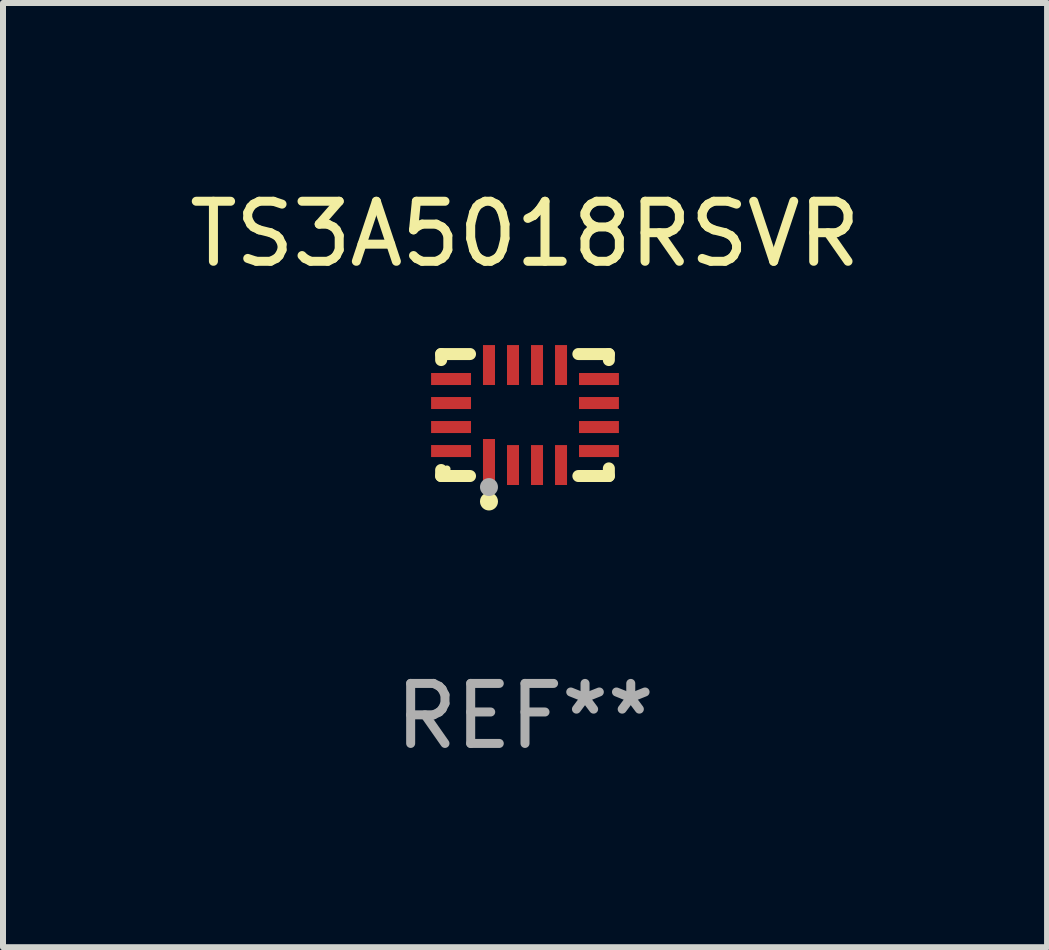
<source format=kicad_pcb>
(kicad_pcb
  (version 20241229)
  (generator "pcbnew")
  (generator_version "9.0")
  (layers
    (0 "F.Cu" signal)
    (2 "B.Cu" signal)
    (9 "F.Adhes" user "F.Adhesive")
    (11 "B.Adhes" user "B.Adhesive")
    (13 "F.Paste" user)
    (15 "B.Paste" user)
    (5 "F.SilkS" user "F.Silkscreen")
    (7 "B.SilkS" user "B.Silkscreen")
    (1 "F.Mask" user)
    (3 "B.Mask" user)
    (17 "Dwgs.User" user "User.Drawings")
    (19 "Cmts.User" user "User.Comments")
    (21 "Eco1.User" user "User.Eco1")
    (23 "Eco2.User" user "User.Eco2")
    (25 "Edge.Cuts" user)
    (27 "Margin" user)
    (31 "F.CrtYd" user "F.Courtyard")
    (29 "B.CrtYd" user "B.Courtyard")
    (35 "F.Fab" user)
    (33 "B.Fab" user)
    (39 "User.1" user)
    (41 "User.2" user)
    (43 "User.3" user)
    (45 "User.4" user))
  (footprint "TS3A5018RSVR"
    (layer "F.Cu")
    (at 5.696 3.864)
    (property "Reference" "TS3A5018RSVR" (at 0 -3.016 0) (layer "F.SilkS") (effects (font (size 1 1) (thickness 0.15))))
    (attr through_hole)
    (fp_line (start -1.397 -1.016) (end -1.397 -0.916) (stroke (width 0.2) (type solid)) (layer "F.SilkS"))
    (fp_line (start -1.397 0.916) (end -1.397 1.016) (stroke (width 0.2) (type solid)) (layer "F.SilkS"))
    (fp_line (start -1.397 1.016) (end -0.916 1.016) (stroke (width 0.2) (type solid)) (layer "F.SilkS"))
    (fp_line (start -0.916 -1.016) (end -1.397 -1.016) (stroke (width 0.2) (type solid)) (layer "F.SilkS"))
    (fp_line (start 0.889 -1.016) (end 1.397 -1.016) (stroke (width 0.2) (type solid)) (layer "F.SilkS"))
    (fp_line (start 1.397 -1.016) (end 1.397 -0.916) (stroke (width 0.2) (type solid)) (layer "F.SilkS"))
    (fp_line (start 1.397 0.889) (end 1.397 1.016) (stroke (width 0.2) (type solid)) (layer "F.SilkS"))
    (fp_line (start 1.397 1.016) (end 0.889 1.016) (stroke (width 0.2) (type solid)) (layer "F.SilkS"))
    (fp_circle (center -1.3 0.9) (end -1.27 0.9) (stroke (width 0.06) (type solid)) (fill no) (layer "F.SilkS"))
    (fp_circle (center -0.6 1.44) (end -0.525 1.44) (stroke (width 0.15) (type solid)) (fill no) (layer "F.SilkS"))
    (fp_circle (center -0.6 1.2) (end -0.525 1.2) (stroke (width 0.15) (type solid)) (fill no) (layer "F.Fab"))
    (fp_text user "REF**" (at 0 5.016 0) (layer "F.Fab") (effects (font (size 1 1) (thickness 0.15))))
    (pad "1" smd rect (at -0.6 0.782) (size 0.2 0.765) (layers "F.Cu" "F.Mask" "F.Paste"))
    (pad "2" smd rect (at -0.2 0.833) (size 0.2 0.665) (layers "F.Cu" "F.Mask" "F.Paste"))
    (pad "3" smd rect (at 0.2 0.833) (size 0.2 0.665) (layers "F.Cu" "F.Mask" "F.Paste"))
    (pad "4" smd rect (at 0.6 0.833) (size 0.2 0.665) (layers "F.Cu" "F.Mask" "F.Paste"))
    (pad "5" smd rect (at 1.232 0.6) (size 0.665 0.2) (layers "F.Cu" "F.Mask" "F.Paste"))
    (pad "6" smd rect (at 1.232 0.2) (size 0.665 0.2) (layers "F.Cu" "F.Mask" "F.Paste"))
    (pad "7" smd rect (at 1.232 -0.2) (size 0.665 0.2) (layers "F.Cu" "F.Mask" "F.Paste"))
    (pad "8" smd rect (at 1.232 -0.6) (size 0.665 0.2) (layers "F.Cu" "F.Mask" "F.Paste"))
    (pad "9" smd rect (at 0.6 -0.833) (size 0.2 0.665) (layers "F.Cu" "F.Mask" "F.Paste"))
    (pad "10" smd rect (at 0.2 -0.833) (size 0.2 0.665) (layers "F.Cu" "F.Mask" "F.Paste"))
    (pad "11" smd rect (at -0.2 -0.833) (size 0.2 0.665) (layers "F.Cu" "F.Mask" "F.Paste"))
    (pad "12" smd rect (at -0.6 -0.833) (size 0.2 0.665) (layers "F.Cu" "F.Mask" "F.Paste"))
    (pad "13" smd rect (at -1.232 -0.6) (size 0.665 0.2) (layers "F.Cu" "F.Mask" "F.Paste"))
    (pad "14" smd rect (at -1.232 -0.2) (size 0.665 0.2) (layers "F.Cu" "F.Mask" "F.Paste"))
    (pad "15" smd rect (at -1.232 0.2) (size 0.665 0.2) (layers "F.Cu" "F.Mask" "F.Paste"))
    (pad "16" smd rect (at -1.232 0.6) (size 0.665 0.2) (layers "F.Cu" "F.Mask" "F.Paste")))
  (gr_rect
    (start -3 -3)
    (end 14.393 12.729)
    (stroke (width 0.1) (type default))
    (fill no)
    (layer "Edge.Cuts")))
</source>
